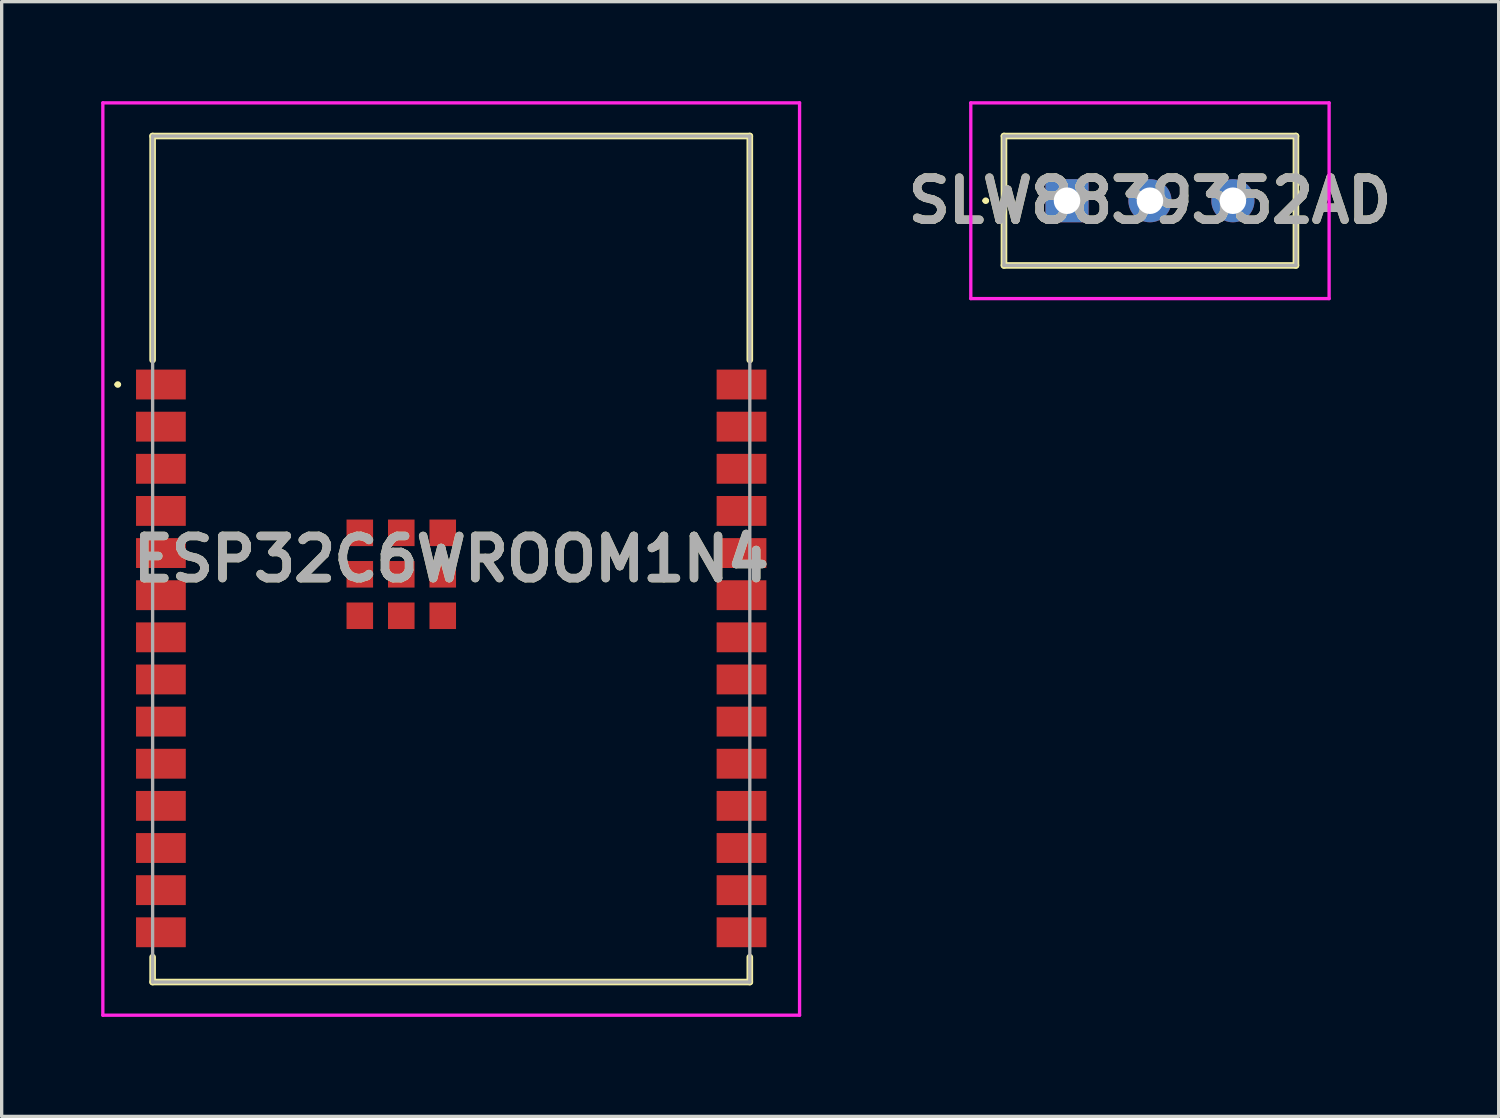
<source format=kicad_pcb>
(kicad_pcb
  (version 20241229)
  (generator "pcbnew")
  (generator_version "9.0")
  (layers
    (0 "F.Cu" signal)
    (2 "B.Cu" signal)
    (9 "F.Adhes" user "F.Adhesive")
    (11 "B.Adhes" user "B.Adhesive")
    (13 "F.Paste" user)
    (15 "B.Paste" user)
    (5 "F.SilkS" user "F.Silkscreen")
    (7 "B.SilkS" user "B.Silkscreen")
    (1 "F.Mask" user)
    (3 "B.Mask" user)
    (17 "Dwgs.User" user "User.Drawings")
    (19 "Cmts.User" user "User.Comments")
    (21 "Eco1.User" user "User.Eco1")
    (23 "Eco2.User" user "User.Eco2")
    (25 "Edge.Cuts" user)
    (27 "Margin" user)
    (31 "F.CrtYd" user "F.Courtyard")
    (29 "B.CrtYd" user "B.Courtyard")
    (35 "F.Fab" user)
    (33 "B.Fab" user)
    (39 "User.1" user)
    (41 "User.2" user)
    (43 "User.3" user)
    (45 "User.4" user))
  (footprint "ESP32C6WROOM1N4"
    (layer "F.Cu")
    (at 10.55 13.8)
    (property "Reference" "ESP32C6WROOM1N4" (at 0 0 0) (layer "F.SilkS") (effects (font (size 1.27 1.27) (thickness 0.254))))
    (attr smd)
    (fp_line (start -10.1 -5.26) (end -10.1 -5.26) (stroke (width 0.1) (type solid)) (layer "F.SilkS"))
    (fp_line (start -10 -5.26) (end -10 -5.26) (stroke (width 0.1) (type solid)) (layer "F.SilkS"))
    (fp_line (start -9 -12.75) (end 9 -12.75) (stroke (width 0.2) (type solid)) (layer "F.SilkS"))
    (fp_line (start -9 -6) (end -9 -12.75) (stroke (width 0.2) (type solid)) (layer "F.SilkS"))
    (fp_line (start -9 12) (end -9 12.75) (stroke (width 0.2) (type solid)) (layer "F.SilkS"))
    (fp_line (start -9 12.75) (end 9 12.75) (stroke (width 0.2) (type solid)) (layer "F.SilkS"))
    (fp_line (start 9 -12.75) (end 9 -6) (stroke (width 0.2) (type solid)) (layer "F.SilkS"))
    (fp_line (start 9 12.75) (end 9 12) (stroke (width 0.2) (type solid)) (layer "F.SilkS"))
    (fp_arc (start -10.1 -5.26) (mid -10.05 -5.31) (end -10 -5.26) (stroke (width 0.1) (type solid)) (layer "F.SilkS"))
    (fp_arc (start -10 -5.26) (mid -10.05 -5.21) (end -10.1 -5.26) (stroke (width 0.1) (type solid)) (layer "F.SilkS"))
    (fp_line (start -10.5 -13.75) (end 10.5 -13.75) (stroke (width 0.1) (type solid)) (layer "F.CrtYd"))
    (fp_line (start -10.5 13.75) (end -10.5 -13.75) (stroke (width 0.1) (type solid)) (layer "F.CrtYd"))
    (fp_line (start 10.5 -13.75) (end 10.5 13.75) (stroke (width 0.1) (type solid)) (layer "F.CrtYd"))
    (fp_line (start 10.5 13.75) (end -10.5 13.75) (stroke (width 0.1) (type solid)) (layer "F.CrtYd"))
    (fp_line (start -9 -12.75) (end 9 -12.75) (stroke (width 0.1) (type solid)) (layer "F.Fab"))
    (fp_line (start -9 12.75) (end -9 -12.75) (stroke (width 0.1) (type solid)) (layer "F.Fab"))
    (fp_line (start 9 -12.75) (end 9 12.75) (stroke (width 0.1) (type solid)) (layer "F.Fab"))
    (fp_line (start 9 12.75) (end -9 12.75) (stroke (width 0.1) (type solid)) (layer "F.Fab"))
    (fp_text user "${REFERENCE}" (at 0 0 0) (layer "F.Fab") (effects (font (size 1.27 1.27) (thickness 0.254))))
    (pad "1" smd rect (at -8.75 -5.26 90) (size 0.9 1.5) (layers "F.Cu" "F.Mask" "F.Paste"))
    (pad "2" smd rect (at -8.75 -3.99 90) (size 0.9 1.5) (layers "F.Cu" "F.Mask" "F.Paste"))
    (pad "3" smd rect (at -8.75 -2.72 90) (size 0.9 1.5) (layers "F.Cu" "F.Mask" "F.Paste"))
    (pad "4" smd rect (at -8.75 -1.45 90) (size 0.9 1.5) (layers "F.Cu" "F.Mask" "F.Paste"))
    (pad "5" smd rect (at -8.75 -0.18 90) (size 0.9 1.5) (layers "F.Cu" "F.Mask" "F.Paste"))
    (pad "6" smd rect (at -8.75 1.09 90) (size 0.9 1.5) (layers "F.Cu" "F.Mask" "F.Paste"))
    (pad "7" smd rect (at -8.75 2.36 90) (size 0.9 1.5) (layers "F.Cu" "F.Mask" "F.Paste"))
    (pad "8" smd rect (at -8.75 3.63 90) (size 0.9 1.5) (layers "F.Cu" "F.Mask" "F.Paste"))
    (pad "9" smd rect (at -8.75 4.9 90) (size 0.9 1.5) (layers "F.Cu" "F.Mask" "F.Paste"))
    (pad "10" smd rect (at -8.75 6.17 90) (size 0.9 1.5) (layers "F.Cu" "F.Mask" "F.Paste"))
    (pad "11" smd rect (at -8.75 7.44 90) (size 0.9 1.5) (layers "F.Cu" "F.Mask" "F.Paste"))
    (pad "12" smd rect (at -8.75 8.71 90) (size 0.9 1.5) (layers "F.Cu" "F.Mask" "F.Paste"))
    (pad "13" smd rect (at -8.75 9.98 90) (size 0.9 1.5) (layers "F.Cu" "F.Mask" "F.Paste"))
    (pad "14" smd rect (at -8.75 11.25 90) (size 0.9 1.5) (layers "F.Cu" "F.Mask" "F.Paste"))
    (pad "15" smd rect (at 8.75 11.25 90) (size 0.9 1.5) (layers "F.Cu" "F.Mask" "F.Paste"))
    (pad "16" smd rect (at 8.75 9.98 90) (size 0.9 1.5) (layers "F.Cu" "F.Mask" "F.Paste"))
    (pad "17" smd rect (at 8.75 8.71 90) (size 0.9 1.5) (layers "F.Cu" "F.Mask" "F.Paste"))
    (pad "18" smd rect (at 8.75 7.44 90) (size 0.9 1.5) (layers "F.Cu" "F.Mask" "F.Paste"))
    (pad "19" smd rect (at 8.75 6.17 90) (size 0.9 1.5) (layers "F.Cu" "F.Mask" "F.Paste"))
    (pad "20" smd rect (at 8.75 4.9 90) (size 0.9 1.5) (layers "F.Cu" "F.Mask" "F.Paste"))
    (pad "21" smd rect (at 8.75 3.63 90) (size 0.9 1.5) (layers "F.Cu" "F.Mask" "F.Paste"))
    (pad "22" smd rect (at 8.75 2.36 90) (size 0.9 1.5) (layers "F.Cu" "F.Mask" "F.Paste"))
    (pad "23" smd rect (at 8.75 1.09 90) (size 0.9 1.5) (layers "F.Cu" "F.Mask" "F.Paste"))
    (pad "24" smd rect (at 8.75 -0.18 90) (size 0.9 1.5) (layers "F.Cu" "F.Mask" "F.Paste"))
    (pad "25" smd rect (at 8.75 -1.45 90) (size 0.9 1.5) (layers "F.Cu" "F.Mask" "F.Paste"))
    (pad "26" smd rect (at 8.75 -2.72 90) (size 0.9 1.5) (layers "F.Cu" "F.Mask" "F.Paste"))
    (pad "27" smd rect (at 8.75 -3.99 90) (size 0.9 1.5) (layers "F.Cu" "F.Mask" "F.Paste"))
    (pad "28" smd rect (at 8.75 -5.26 90) (size 0.9 1.5) (layers "F.Cu" "F.Mask" "F.Paste"))
    (pad "29" smd rect (at -1.505 0.46 90) (size 0.8 0.8) (layers "F.Cu" "F.Mask" "F.Paste"))
    (pad "30" smd rect (at -1.505 -0.79 90) (size 0.8 0.8) (layers "F.Cu" "F.Mask" "F.Paste"))
    (pad "31" smd rect (at -2.755 -0.79 90) (size 0.8 0.8) (layers "F.Cu" "F.Mask" "F.Paste"))
    (pad "32" smd rect (at -2.755 0.46 90) (size 0.8 0.8) (layers "F.Cu" "F.Mask" "F.Paste"))
    (pad "33" smd rect (at -2.755 1.71 90) (size 0.8 0.8) (layers "F.Cu" "F.Mask" "F.Paste"))
    (pad "34" smd rect (at -1.505 1.71 90) (size 0.8 0.8) (layers "F.Cu" "F.Mask" "F.Paste"))
    (pad "35" smd rect (at -0.255 1.71 90) (size 0.8 0.8) (layers "F.Cu" "F.Mask" "F.Paste"))
    (pad "36" smd rect (at -0.255 0.46 90) (size 0.8 0.8) (layers "F.Cu" "F.Mask" "F.Paste"))
    (pad "37" smd rect (at -0.255 -0.79 90) (size 0.8 0.8) (layers "F.Cu" "F.Mask" "F.Paste")))
  (footprint "SLW8839352AD"
    (layer "F.Cu")
    (at 29.111 3)
    (property "Reference" "SLW8839352AD" (at 2.5 0 0) (layer "F.SilkS") (effects (font (size 1.27 1.27) (thickness 0.254))))
    (attr through_hole)
    (fp_line (start -2.5 0) (end -2.5 0) (stroke (width 0.1) (type solid)) (layer "F.SilkS"))
    (fp_line (start -2.4 0) (end -2.4 0) (stroke (width 0.1) (type solid)) (layer "F.SilkS"))
    (fp_line (start -1.9 -1.95) (end 6.9 -1.95) (stroke (width 0.2) (type solid)) (layer "F.SilkS"))
    (fp_line (start -1.9 1.95) (end -1.9 -1.95) (stroke (width 0.2) (type solid)) (layer "F.SilkS"))
    (fp_line (start 6.9 -1.95) (end 6.9 1.95) (stroke (width 0.2) (type solid)) (layer "F.SilkS"))
    (fp_line (start 6.9 1.95) (end -1.9 1.95) (stroke (width 0.2) (type solid)) (layer "F.SilkS"))
    (fp_arc (start -2.5 0) (mid -2.45 -0.05) (end -2.4 0) (stroke (width 0.1) (type solid)) (layer "F.SilkS"))
    (fp_arc (start -2.4 0) (mid -2.45 0.05) (end -2.5 0) (stroke (width 0.1) (type solid)) (layer "F.SilkS"))
    (fp_line (start -2.9 -2.95) (end 7.9 -2.95) (stroke (width 0.1) (type solid)) (layer "F.CrtYd"))
    (fp_line (start -2.9 2.95) (end -2.9 -2.95) (stroke (width 0.1) (type solid)) (layer "F.CrtYd"))
    (fp_line (start 7.9 -2.95) (end 7.9 2.95) (stroke (width 0.1) (type solid)) (layer "F.CrtYd"))
    (fp_line (start 7.9 2.95) (end -2.9 2.95) (stroke (width 0.1) (type solid)) (layer "F.CrtYd"))
    (fp_line (start -1.9 -1.95) (end 6.9 -1.95) (stroke (width 0.1) (type solid)) (layer "F.Fab"))
    (fp_line (start -1.9 1.95) (end -1.9 -1.95) (stroke (width 0.1) (type solid)) (layer "F.Fab"))
    (fp_line (start 6.9 -1.95) (end 6.9 1.95) (stroke (width 0.1) (type solid)) (layer "F.Fab"))
    (fp_line (start 6.9 1.95) (end -1.9 1.95) (stroke (width 0.1) (type solid)) (layer "F.Fab"))
    (fp_text user "${REFERENCE}" (at 2.5 0 0) (layer "F.Fab") (effects (font (size 1.27 1.27) (thickness 0.254))))
    (pad "1" thru_hole rect (at 0 0) (size 1.3 1.3) (drill 0.8) (layers "*.Cu" "*.Mask"))
    (pad "2" thru_hole circle (at 2.5 0) (size 1.3 1.3) (drill 0.8) (layers "*.Cu" "*.Mask"))
    (pad "3" thru_hole circle (at 5 0) (size 1.3 1.3) (drill 0.8) (layers "*.Cu" "*.Mask")))
  (gr_rect
    (start -3 -3)
    (end 42.122 30.6)
    (stroke (width 0.1) (type default))
    (fill no)
    (layer "Edge.Cuts")))
</source>
